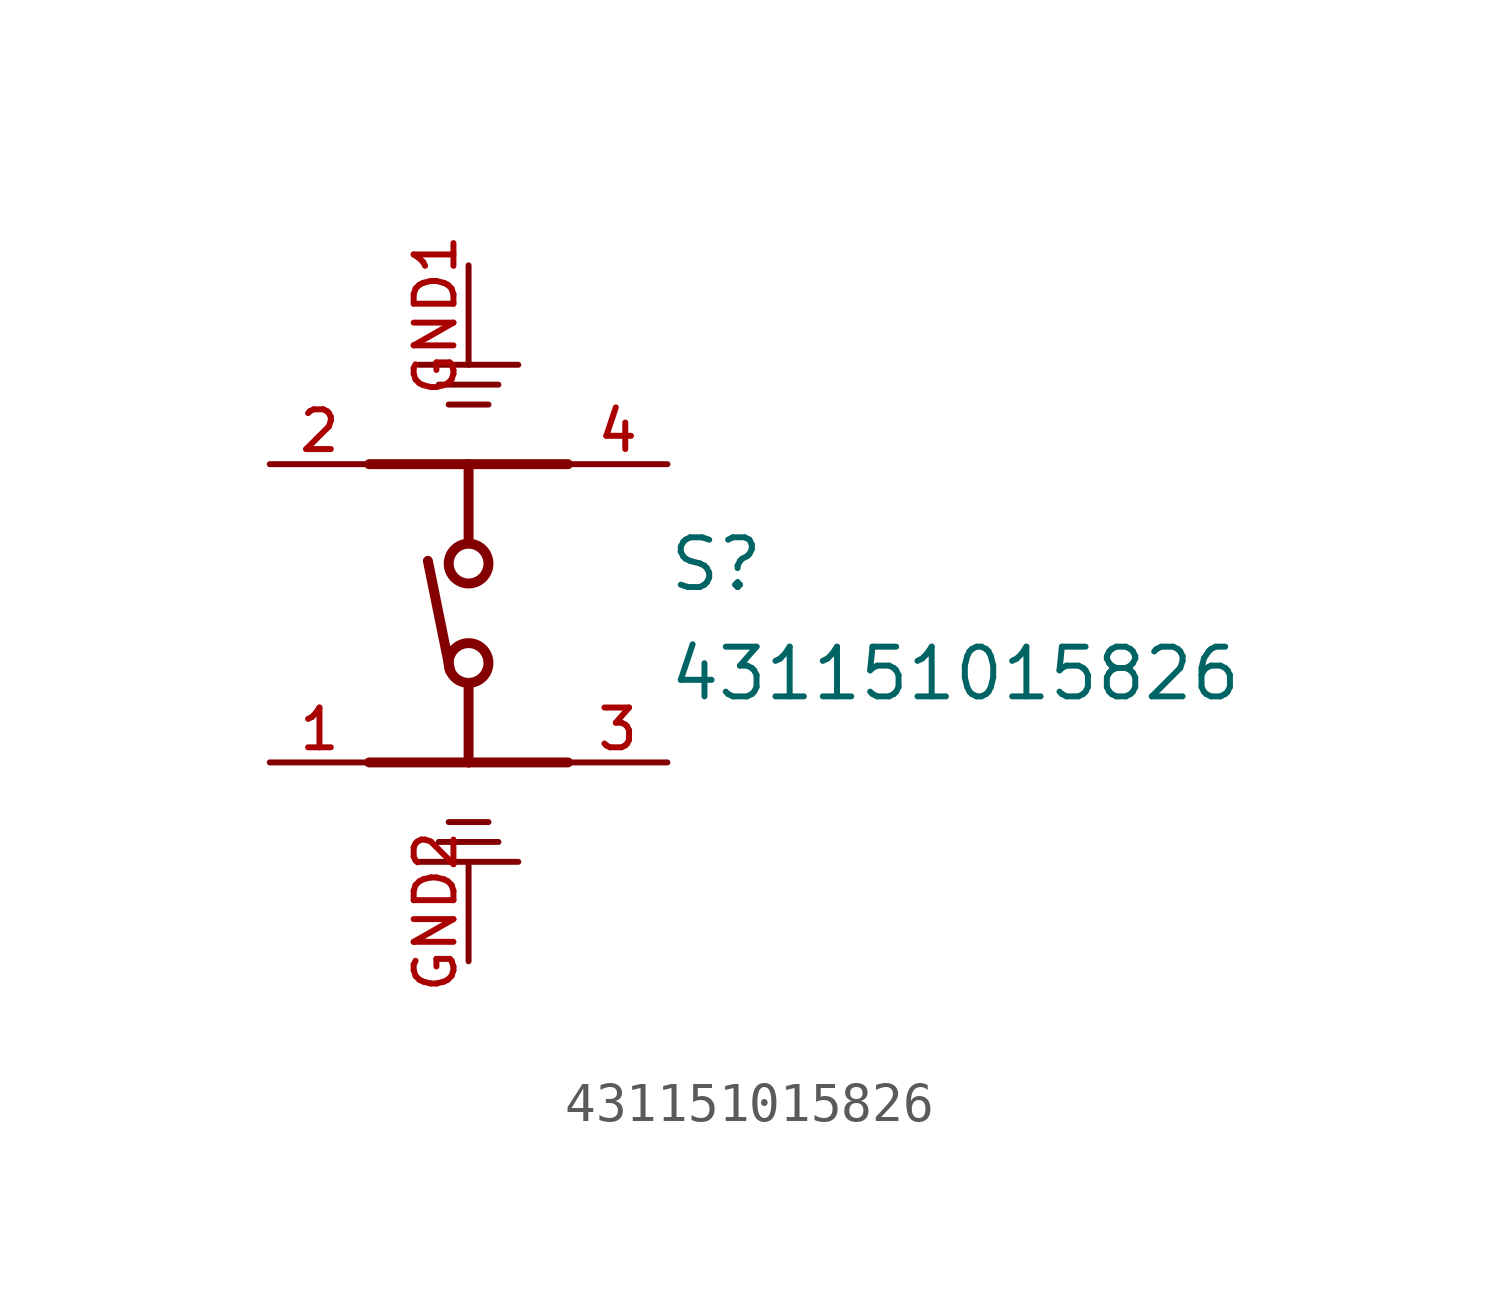
<source format=kicad_sym>
(kicad_symbol_lib
  (version 20211014)
  (generator kicad_symbol_editor)
  (symbol "431151015826"
    (pin_names
      (offset 1.016))
    (property "Reference" "S"
      (at 5.08 1.778 0)
      (effects (font (size 1.27 1.27)) (justify bottom left)))
    (property "Value" "431151015826"
      (at 5.08 -1.016 0)
      (effects (font (size 1.27 1.27)) (justify bottom left)))
    (symbol "431151015826_0_0"
      (polyline (pts (xy -2.54 5.08) (xy 0.0 5.08)) (stroke (width 0.254)))
      (polyline (pts (xy 0.0 5.08) (xy 2.54 5.08)) (stroke (width 0.254)))
      (polyline (pts (xy -2.54 -2.54) (xy 0.0 -2.54)) (stroke (width 0.254)))
      (polyline (pts (xy 0.0 -2.54) (xy 2.54 -2.54)) (stroke (width 0.254)))
      (polyline (pts (xy 0.0 5.08) (xy 0.0 3.175)) (stroke (width 0.254)))
      (polyline (pts (xy 0.0 -0.635) (xy 0.0 -2.54)) (stroke (width 0.254)))
      (polyline (pts (xy -0.47 -0.2) (xy -1.04 2.61)) (stroke (width 0.254)))
      (polyline (pts (xy 1.27 -5.08) (xy -1.27 -5.08)) (stroke (width 0.152)))
      (polyline (pts (xy 0.762 -4.572) (xy -0.762 -4.572)) (stroke (width 0.152)))
      (polyline (pts (xy 0.508 -4.064) (xy -0.508 -4.064)) (stroke (width 0.152)))
      (polyline (pts (xy -1.27 7.62) (xy 1.27 7.62)) (stroke (width 0.152)))
      (polyline (pts (xy -0.762 7.112) (xy 0.762 7.112)) (stroke (width 0.152)))
      (polyline (pts (xy -0.508 6.604) (xy 0.508 6.604)) (stroke (width 0.152)))
      (circle (center 0.0 0.0) (radius 0.508) (stroke (width 0.254)) (fill (type none)))
      (circle (center 0.0 2.54) (radius 0.508) (stroke (width 0.254)) (fill (type none)))
      (pin passive line (at -5.08 -2.54 0) (length 2.54) (name "~" (effects (font (size 1.016 1.016)))) (number "1" (effects (font (size 1.016 1.016)))))
      (pin passive line (at -5.08 5.08 0) (length 2.54) (name "~" (effects (font (size 1.016 1.016)))) (number "2" (effects (font (size 1.016 1.016)))))
      (pin passive line (at 5.08 5.08 180.0) (length 2.54) (name "~" (effects (font (size 1.016 1.016)))) (number "4" (effects (font (size 1.016 1.016)))))
      (pin passive line (at 5.08 -2.54 180.0) (length 2.54) (name "~" (effects (font (size 1.016 1.016)))) (number "3" (effects (font (size 1.016 1.016)))))
      (pin passive line (at 0.0 10.16 270.0) (length 2.54) (name "~" (effects (font (size 1.016 1.016)))) (number "GND1" (effects (font (size 1.016 1.016)))))
      (pin passive line (at 0.0 -7.62 90.0) (length 2.54) (name "~" (effects (font (size 1.016 1.016)))) (number "GND2" (effects (font (size 1.016 1.016))))))))
</source>
